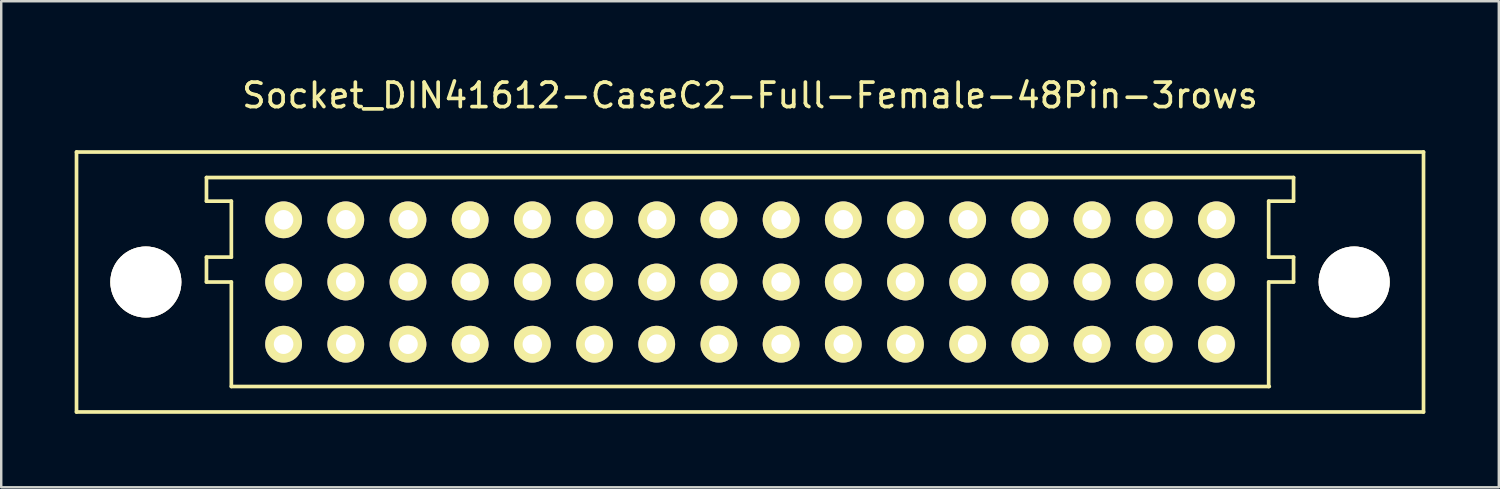
<source format=kicad_pcb>
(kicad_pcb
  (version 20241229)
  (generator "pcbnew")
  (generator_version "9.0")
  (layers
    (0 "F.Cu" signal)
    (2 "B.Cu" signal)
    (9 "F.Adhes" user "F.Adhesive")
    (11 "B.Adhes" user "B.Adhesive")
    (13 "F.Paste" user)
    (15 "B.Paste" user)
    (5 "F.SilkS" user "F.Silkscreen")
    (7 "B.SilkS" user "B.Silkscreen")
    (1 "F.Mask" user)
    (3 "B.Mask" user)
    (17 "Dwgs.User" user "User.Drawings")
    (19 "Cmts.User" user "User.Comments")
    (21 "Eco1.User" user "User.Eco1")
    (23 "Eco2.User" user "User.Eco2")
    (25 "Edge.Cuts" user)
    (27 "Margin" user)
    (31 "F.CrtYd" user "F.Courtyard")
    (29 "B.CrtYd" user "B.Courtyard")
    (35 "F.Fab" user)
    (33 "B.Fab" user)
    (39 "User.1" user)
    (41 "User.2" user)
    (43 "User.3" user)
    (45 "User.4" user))
  (footprint "Socket_DIN41612-CaseC2-Full-Female-48Pin-3rows"
    (layer "F.Cu")
    (at 27.583 8.468)
    (property "Reference" "Socket_DIN41612-CaseC2-Full-Female-48Pin-3rows" (at 0 -7.62 0) (layer "F.SilkS") (effects (font (size 1 1) (thickness 0.15))))
    (attr through_hole)
    (fp_line (start -27.508 -5.309) (end -27.508 5.309) (stroke (width 0.15) (type solid)) (layer "F.SilkS"))
    (fp_line (start -27.508 5.309) (end 27.508 5.309) (stroke (width 0.15) (type solid)) (layer "F.SilkS"))
    (fp_line (start -22.2 -3.302) (end -22.2 -4.267) (stroke (width 0.15) (type solid)) (layer "F.SilkS"))
    (fp_line (start -22.2 -1.016) (end -21.184 -1.016) (stroke (width 0.15) (type solid)) (layer "F.SilkS"))
    (fp_line (start -22.2 0) (end -22.2 -1.016) (stroke (width 0.15) (type solid)) (layer "F.SilkS"))
    (fp_line (start -21.184 -3.302) (end -22.2 -3.302) (stroke (width 0.15) (type solid)) (layer "F.SilkS"))
    (fp_line (start -21.184 -1.016) (end -21.184 -3.302) (stroke (width 0.15) (type solid)) (layer "F.SilkS"))
    (fp_line (start -21.184 0) (end -22.2 0) (stroke (width 0.15) (type solid)) (layer "F.SilkS"))
    (fp_line (start -21.184 4.267) (end -21.184 0) (stroke (width 0.15) (type solid)) (layer "F.SilkS"))
    (fp_line (start 21.184 -3.302) (end 22.2 -3.302) (stroke (width 0.15) (type solid)) (layer "F.SilkS"))
    (fp_line (start 21.184 -1.016) (end 21.184 -3.302) (stroke (width 0.15) (type solid)) (layer "F.SilkS"))
    (fp_line (start 21.184 0) (end 22.2 0) (stroke (width 0.15) (type solid)) (layer "F.SilkS"))
    (fp_line (start 21.184 4.267) (end 21.184 0) (stroke (width 0.15) (type solid)) (layer "F.SilkS"))
    (fp_line (start 21.209 4.267) (end -21.184 4.267) (stroke (width 0.15) (type solid)) (layer "F.SilkS"))
    (fp_line (start 22.2 -4.267) (end -22.2 -4.267) (stroke (width 0.15) (type solid)) (layer "F.SilkS"))
    (fp_line (start 22.2 -3.302) (end 22.2 -4.267) (stroke (width 0.15) (type solid)) (layer "F.SilkS"))
    (fp_line (start 22.2 -1.016) (end 21.184 -1.016) (stroke (width 0.15) (type solid)) (layer "F.SilkS"))
    (fp_line (start 22.2 0) (end 22.2 -1.016) (stroke (width 0.15) (type solid)) (layer "F.SilkS"))
    (fp_line (start 27.508 -5.309) (end -27.508 -5.309) (stroke (width 0.15) (type solid)) (layer "F.SilkS"))
    (fp_line (start 27.508 5.309) (end 27.508 -5.309) (stroke (width 0.15) (type solid)) (layer "F.SilkS"))
    (pad "1" thru_hole circle (at -24.676 0) (size 2.901 2.901) (drill 2.901) (layers "*.Cu" "*.Mask" "F.SilkS"))
    (pad "1" thru_hole circle (at 24.676 0) (size 2.901 2.901) (drill 2.901) (layers "*.Cu" "*.Mask" "F.SilkS"))
    (pad "1a" thru_hole circle (at 19.05 -2.54 180) (size 1.501 1.501) (drill 0.8) (layers "*.Cu" "*.Mask" "F.SilkS"))
    (pad "1b" thru_hole circle (at 19.05 0 180) (size 1.501 1.501) (drill 0.8) (layers "*.Cu" "*.Mask" "F.SilkS"))
    (pad "1c" thru_hole circle (at 19.05 2.54 180) (size 1.501 1.501) (drill 0.8) (layers "*.Cu" "*.Mask" "F.SilkS"))
    (pad "2a" thru_hole circle (at 16.51 -2.54 180) (size 1.501 1.501) (drill 0.8) (layers "*.Cu" "*.Mask" "F.SilkS"))
    (pad "2b" thru_hole circle (at 16.51 0 180) (size 1.501 1.501) (drill 0.8) (layers "*.Cu" "*.Mask" "F.SilkS"))
    (pad "2c" thru_hole circle (at 16.51 2.54 180) (size 1.501 1.501) (drill 0.8) (layers "*.Cu" "*.Mask" "F.SilkS"))
    (pad "3a" thru_hole circle (at 13.97 -2.54 180) (size 1.501 1.501) (drill 0.8) (layers "*.Cu" "*.Mask" "F.SilkS"))
    (pad "3b" thru_hole circle (at 13.97 0 180) (size 1.501 1.501) (drill 0.8) (layers "*.Cu" "*.Mask" "F.SilkS"))
    (pad "3c" thru_hole circle (at 13.97 2.54 180) (size 1.501 1.501) (drill 0.8) (layers "*.Cu" "*.Mask" "F.SilkS"))
    (pad "4a" thru_hole circle (at 11.43 -2.54 180) (size 1.501 1.501) (drill 0.8) (layers "*.Cu" "*.Mask" "F.SilkS"))
    (pad "4b" thru_hole circle (at 11.43 0 180) (size 1.501 1.501) (drill 0.8) (layers "*.Cu" "*.Mask" "F.SilkS"))
    (pad "4c" thru_hole circle (at 11.43 2.54 180) (size 1.501 1.501) (drill 0.8) (layers "*.Cu" "*.Mask" "F.SilkS"))
    (pad "5a" thru_hole circle (at 8.89 -2.54 180) (size 1.501 1.501) (drill 0.8) (layers "*.Cu" "*.Mask" "F.SilkS"))
    (pad "5b" thru_hole circle (at 8.89 0 180) (size 1.501 1.501) (drill 0.8) (layers "*.Cu" "*.Mask" "F.SilkS"))
    (pad "5c" thru_hole circle (at 8.89 2.54 180) (size 1.501 1.501) (drill 0.8) (layers "*.Cu" "*.Mask" "F.SilkS"))
    (pad "6a" thru_hole circle (at 6.35 -2.54 180) (size 1.501 1.501) (drill 0.8) (layers "*.Cu" "*.Mask" "F.SilkS"))
    (pad "6b" thru_hole circle (at 6.35 0 180) (size 1.501 1.501) (drill 0.8) (layers "*.Cu" "*.Mask" "F.SilkS"))
    (pad "6c" thru_hole circle (at 6.35 2.54 180) (size 1.501 1.501) (drill 0.8) (layers "*.Cu" "*.Mask" "F.SilkS"))
    (pad "7a" thru_hole circle (at 3.81 -2.54 180) (size 1.501 1.501) (drill 0.8) (layers "*.Cu" "*.Mask" "F.SilkS"))
    (pad "7b" thru_hole circle (at 3.81 0 180) (size 1.501 1.501) (drill 0.8) (layers "*.Cu" "*.Mask" "F.SilkS"))
    (pad "7c" thru_hole circle (at 3.81 2.54 180) (size 1.501 1.501) (drill 0.8) (layers "*.Cu" "*.Mask" "F.SilkS"))
    (pad "8a" thru_hole circle (at 1.27 -2.54 180) (size 1.501 1.501) (drill 0.8) (layers "*.Cu" "*.Mask" "F.SilkS"))
    (pad "8b" thru_hole circle (at 1.27 0 180) (size 1.501 1.501) (drill 0.8) (layers "*.Cu" "*.Mask" "F.SilkS"))
    (pad "8c" thru_hole circle (at 1.27 2.54 180) (size 1.501 1.501) (drill 0.8) (layers "*.Cu" "*.Mask" "F.SilkS"))
    (pad "9a" thru_hole circle (at -1.27 -2.54 180) (size 1.501 1.501) (drill 0.8) (layers "*.Cu" "*.Mask" "F.SilkS"))
    (pad "9b" thru_hole circle (at -1.27 0 180) (size 1.501 1.501) (drill 0.8) (layers "*.Cu" "*.Mask" "F.SilkS"))
    (pad "9c" thru_hole circle (at -1.27 2.54 180) (size 1.501 1.501) (drill 0.8) (layers "*.Cu" "*.Mask" "F.SilkS"))
    (pad "10a" thru_hole circle (at -3.81 -2.54 180) (size 1.501 1.501) (drill 0.8) (layers "*.Cu" "*.Mask" "F.SilkS"))
    (pad "10b" thru_hole circle (at -3.81 0 180) (size 1.501 1.501) (drill 0.8) (layers "*.Cu" "*.Mask" "F.SilkS"))
    (pad "10c" thru_hole circle (at -3.81 2.54 180) (size 1.501 1.501) (drill 0.8) (layers "*.Cu" "*.Mask" "F.SilkS"))
    (pad "11a" thru_hole circle (at -6.35 -2.54 180) (size 1.501 1.501) (drill 0.8) (layers "*.Cu" "*.Mask" "F.SilkS"))
    (pad "11b" thru_hole circle (at -6.35 0 180) (size 1.501 1.501) (drill 0.8) (layers "*.Cu" "*.Mask" "F.SilkS"))
    (pad "11c" thru_hole circle (at -6.35 2.54 180) (size 1.501 1.501) (drill 0.8) (layers "*.Cu" "*.Mask" "F.SilkS"))
    (pad "12a" thru_hole circle (at -8.89 -2.54 180) (size 1.501 1.501) (drill 0.8) (layers "*.Cu" "*.Mask" "F.SilkS"))
    (pad "12b" thru_hole circle (at -8.89 0 180) (size 1.501 1.501) (drill 0.8) (layers "*.Cu" "*.Mask" "F.SilkS"))
    (pad "12c" thru_hole circle (at -8.89 2.54 180) (size 1.501 1.501) (drill 0.8) (layers "*.Cu" "*.Mask" "F.SilkS"))
    (pad "13a" thru_hole circle (at -11.43 -2.54 180) (size 1.501 1.501) (drill 0.8) (layers "*.Cu" "*.Mask" "F.SilkS"))
    (pad "13b" thru_hole circle (at -11.43 0 180) (size 1.501 1.501) (drill 0.8) (layers "*.Cu" "*.Mask" "F.SilkS"))
    (pad "13c" thru_hole circle (at -11.43 2.54 180) (size 1.501 1.501) (drill 0.8) (layers "*.Cu" "*.Mask" "F.SilkS"))
    (pad "14a" thru_hole circle (at -13.97 -2.54 180) (size 1.501 1.501) (drill 0.8) (layers "*.Cu" "*.Mask" "F.SilkS"))
    (pad "14b" thru_hole circle (at -13.97 0 180) (size 1.501 1.501) (drill 0.8) (layers "*.Cu" "*.Mask" "F.SilkS"))
    (pad "14c" thru_hole circle (at -13.97 2.54 180) (size 1.501 1.501) (drill 0.8) (layers "*.Cu" "*.Mask" "F.SilkS"))
    (pad "15a" thru_hole circle (at -16.51 -2.54 180) (size 1.501 1.501) (drill 0.8) (layers "*.Cu" "*.Mask" "F.SilkS"))
    (pad "15b" thru_hole circle (at -16.51 0 180) (size 1.501 1.501) (drill 0.8) (layers "*.Cu" "*.Mask" "F.SilkS"))
    (pad "15c" thru_hole circle (at -16.51 2.54 180) (size 1.501 1.501) (drill 0.8) (layers "*.Cu" "*.Mask" "F.SilkS"))
    (pad "16a" thru_hole circle (at -19.05 -2.54 180) (size 1.501 1.501) (drill 0.8) (layers "*.Cu" "*.Mask" "F.SilkS"))
    (pad "16b" thru_hole circle (at -19.05 0 180) (size 1.501 1.501) (drill 0.8) (layers "*.Cu" "*.Mask" "F.SilkS"))
    (pad "16c" thru_hole circle (at -19.05 2.54 180) (size 1.501 1.501) (drill 0.8) (layers "*.Cu" "*.Mask" "F.SilkS")))
  (gr_rect
    (start -3 -3)
    (end 58.166 16.852)
    (stroke (width 0.1) (type default))
    (fill no)
    (layer "Edge.Cuts")))
</source>
